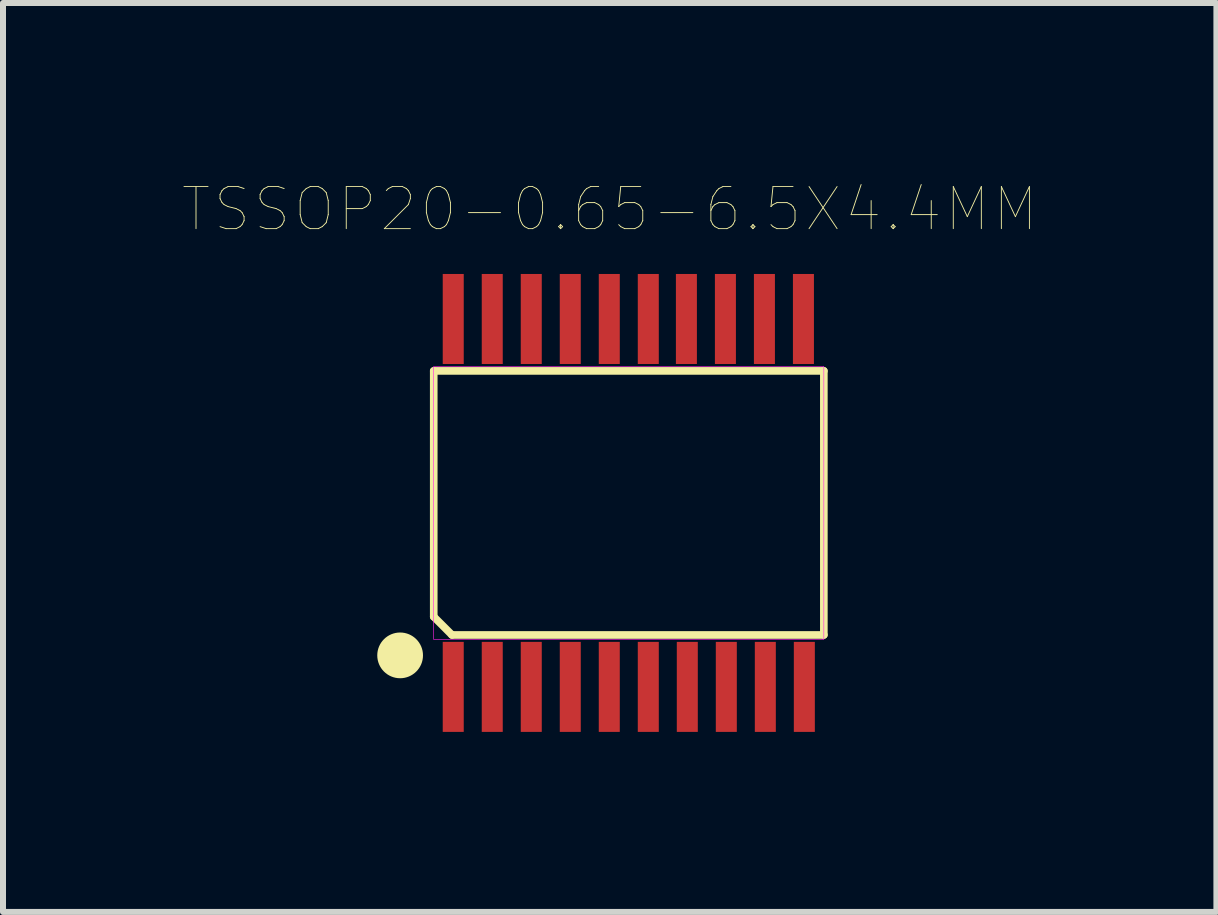
<source format=kicad_pcb>
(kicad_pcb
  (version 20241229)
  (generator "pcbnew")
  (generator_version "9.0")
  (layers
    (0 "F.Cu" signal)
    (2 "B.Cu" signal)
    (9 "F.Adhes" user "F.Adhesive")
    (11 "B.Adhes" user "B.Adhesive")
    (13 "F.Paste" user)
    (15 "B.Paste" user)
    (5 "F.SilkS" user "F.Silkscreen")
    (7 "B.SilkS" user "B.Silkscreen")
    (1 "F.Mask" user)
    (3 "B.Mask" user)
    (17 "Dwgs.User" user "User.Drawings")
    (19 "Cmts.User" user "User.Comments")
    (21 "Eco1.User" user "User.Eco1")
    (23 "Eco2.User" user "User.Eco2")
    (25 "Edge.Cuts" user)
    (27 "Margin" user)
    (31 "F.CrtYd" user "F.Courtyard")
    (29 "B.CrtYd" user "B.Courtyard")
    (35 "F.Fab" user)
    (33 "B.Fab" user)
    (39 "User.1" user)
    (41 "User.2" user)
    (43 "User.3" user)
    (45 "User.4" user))
  (footprint "TSSOP20-0.65-6.5X4.4MM"
    (layer "F.Cu")
    (at 7.427 5.33)
    (property "Reference" "TSSOP20-0.65-6.5X4.4MM" (at -0.318 -4.894 0) (layer "F.SilkS") (effects (font (size 0.701 0.701) (thickness 0.015))))
    (attr through_hole)
    (fp_line (start -3.25 -2.2) (end 3.25 -2.2) (stroke (width 0.127) (type solid)) (layer "F.SilkS"))
    (fp_line (start -3.25 1.896) (end -3.25 -2.2) (stroke (width 0.127) (type solid)) (layer "F.SilkS"))
    (fp_line (start -2.946 2.2) (end -3.25 1.896) (stroke (width 0.127) (type solid)) (layer "F.SilkS"))
    (fp_line (start 3.25 -2.2) (end 3.25 2.2) (stroke (width 0.127) (type solid)) (layer "F.SilkS"))
    (fp_line (start 3.25 2.2) (end -2.946 2.2) (stroke (width 0.127) (type solid)) (layer "F.SilkS"))
    (fp_circle (center -3.81 2.54) (end -3.429 2.54) (stroke (width 0) (type solid)) (fill yes) (layer "F.SilkS"))
    (fp_poly (pts (xy -3.251 -2.275) (xy 3.25 -2.275) (xy 3.25 2.276) (xy -3.251 2.276)) (stroke (width 0.01) (type solid)) (fill no) (layer "F.CrtYd"))
    (pad "1" smd rect (at -2.925 3.065) (size 0.35 1.5) (layers "F.Cu" "F.Mask" "F.Paste"))
    (pad "2" smd rect (at -2.275 3.065) (size 0.35 1.5) (layers "F.Cu" "F.Mask" "F.Paste"))
    (pad "3" smd rect (at -1.625 3.065) (size 0.35 1.5) (layers "F.Cu" "F.Mask" "F.Paste"))
    (pad "4" smd rect (at -0.975 3.065) (size 0.35 1.5) (layers "F.Cu" "F.Mask" "F.Paste"))
    (pad "5" smd rect (at -0.325 3.065) (size 0.35 1.5) (layers "F.Cu" "F.Mask" "F.Paste"))
    (pad "6" smd rect (at 0.325 3.065) (size 0.35 1.5) (layers "F.Cu" "F.Mask" "F.Paste"))
    (pad "7" smd rect (at 0.975 3.065) (size 0.35 1.5) (layers "F.Cu" "F.Mask" "F.Paste"))
    (pad "8" smd rect (at 1.625 3.065) (size 0.35 1.5) (layers "F.Cu" "F.Mask" "F.Paste"))
    (pad "9" smd rect (at 2.275 3.065) (size 0.35 1.5) (layers "F.Cu" "F.Mask" "F.Paste"))
    (pad "10" smd rect (at 2.925 3.065) (size 0.35 1.5) (layers "F.Cu" "F.Mask" "F.Paste"))
    (pad "11" smd rect (at 2.91 -3.065) (size 0.35 1.5) (layers "F.Cu" "F.Mask" "F.Paste"))
    (pad "12" smd rect (at 2.26 -3.065) (size 0.35 1.5) (layers "F.Cu" "F.Mask" "F.Paste"))
    (pad "13" smd rect (at 1.61 -3.065) (size 0.35 1.5) (layers "F.Cu" "F.Mask" "F.Paste"))
    (pad "14" smd rect (at 0.96 -3.065) (size 0.35 1.5) (layers "F.Cu" "F.Mask" "F.Paste"))
    (pad "15" smd rect (at 0.325 -3.065) (size 0.35 1.5) (layers "F.Cu" "F.Mask" "F.Paste"))
    (pad "16" smd rect (at -0.325 -3.065) (size 0.35 1.5) (layers "F.Cu" "F.Mask" "F.Paste"))
    (pad "17" smd rect (at -0.975 -3.065) (size 0.35 1.5) (layers "F.Cu" "F.Mask" "F.Paste"))
    (pad "18" smd rect (at -1.625 -3.065) (size 0.35 1.5) (layers "F.Cu" "F.Mask" "F.Paste"))
    (pad "19" smd rect (at -2.275 -3.065) (size 0.35 1.5) (layers "F.Cu" "F.Mask" "F.Paste"))
    (pad "20" smd rect (at -2.925 -3.065) (size 0.35 1.5) (layers "F.Cu" "F.Mask" "F.Paste")))
  (gr_rect
    (start -3 -3)
    (end 17.218 12.145)
    (stroke (width 0.1) (type default))
    (fill no)
    (layer "Edge.Cuts")))
</source>
